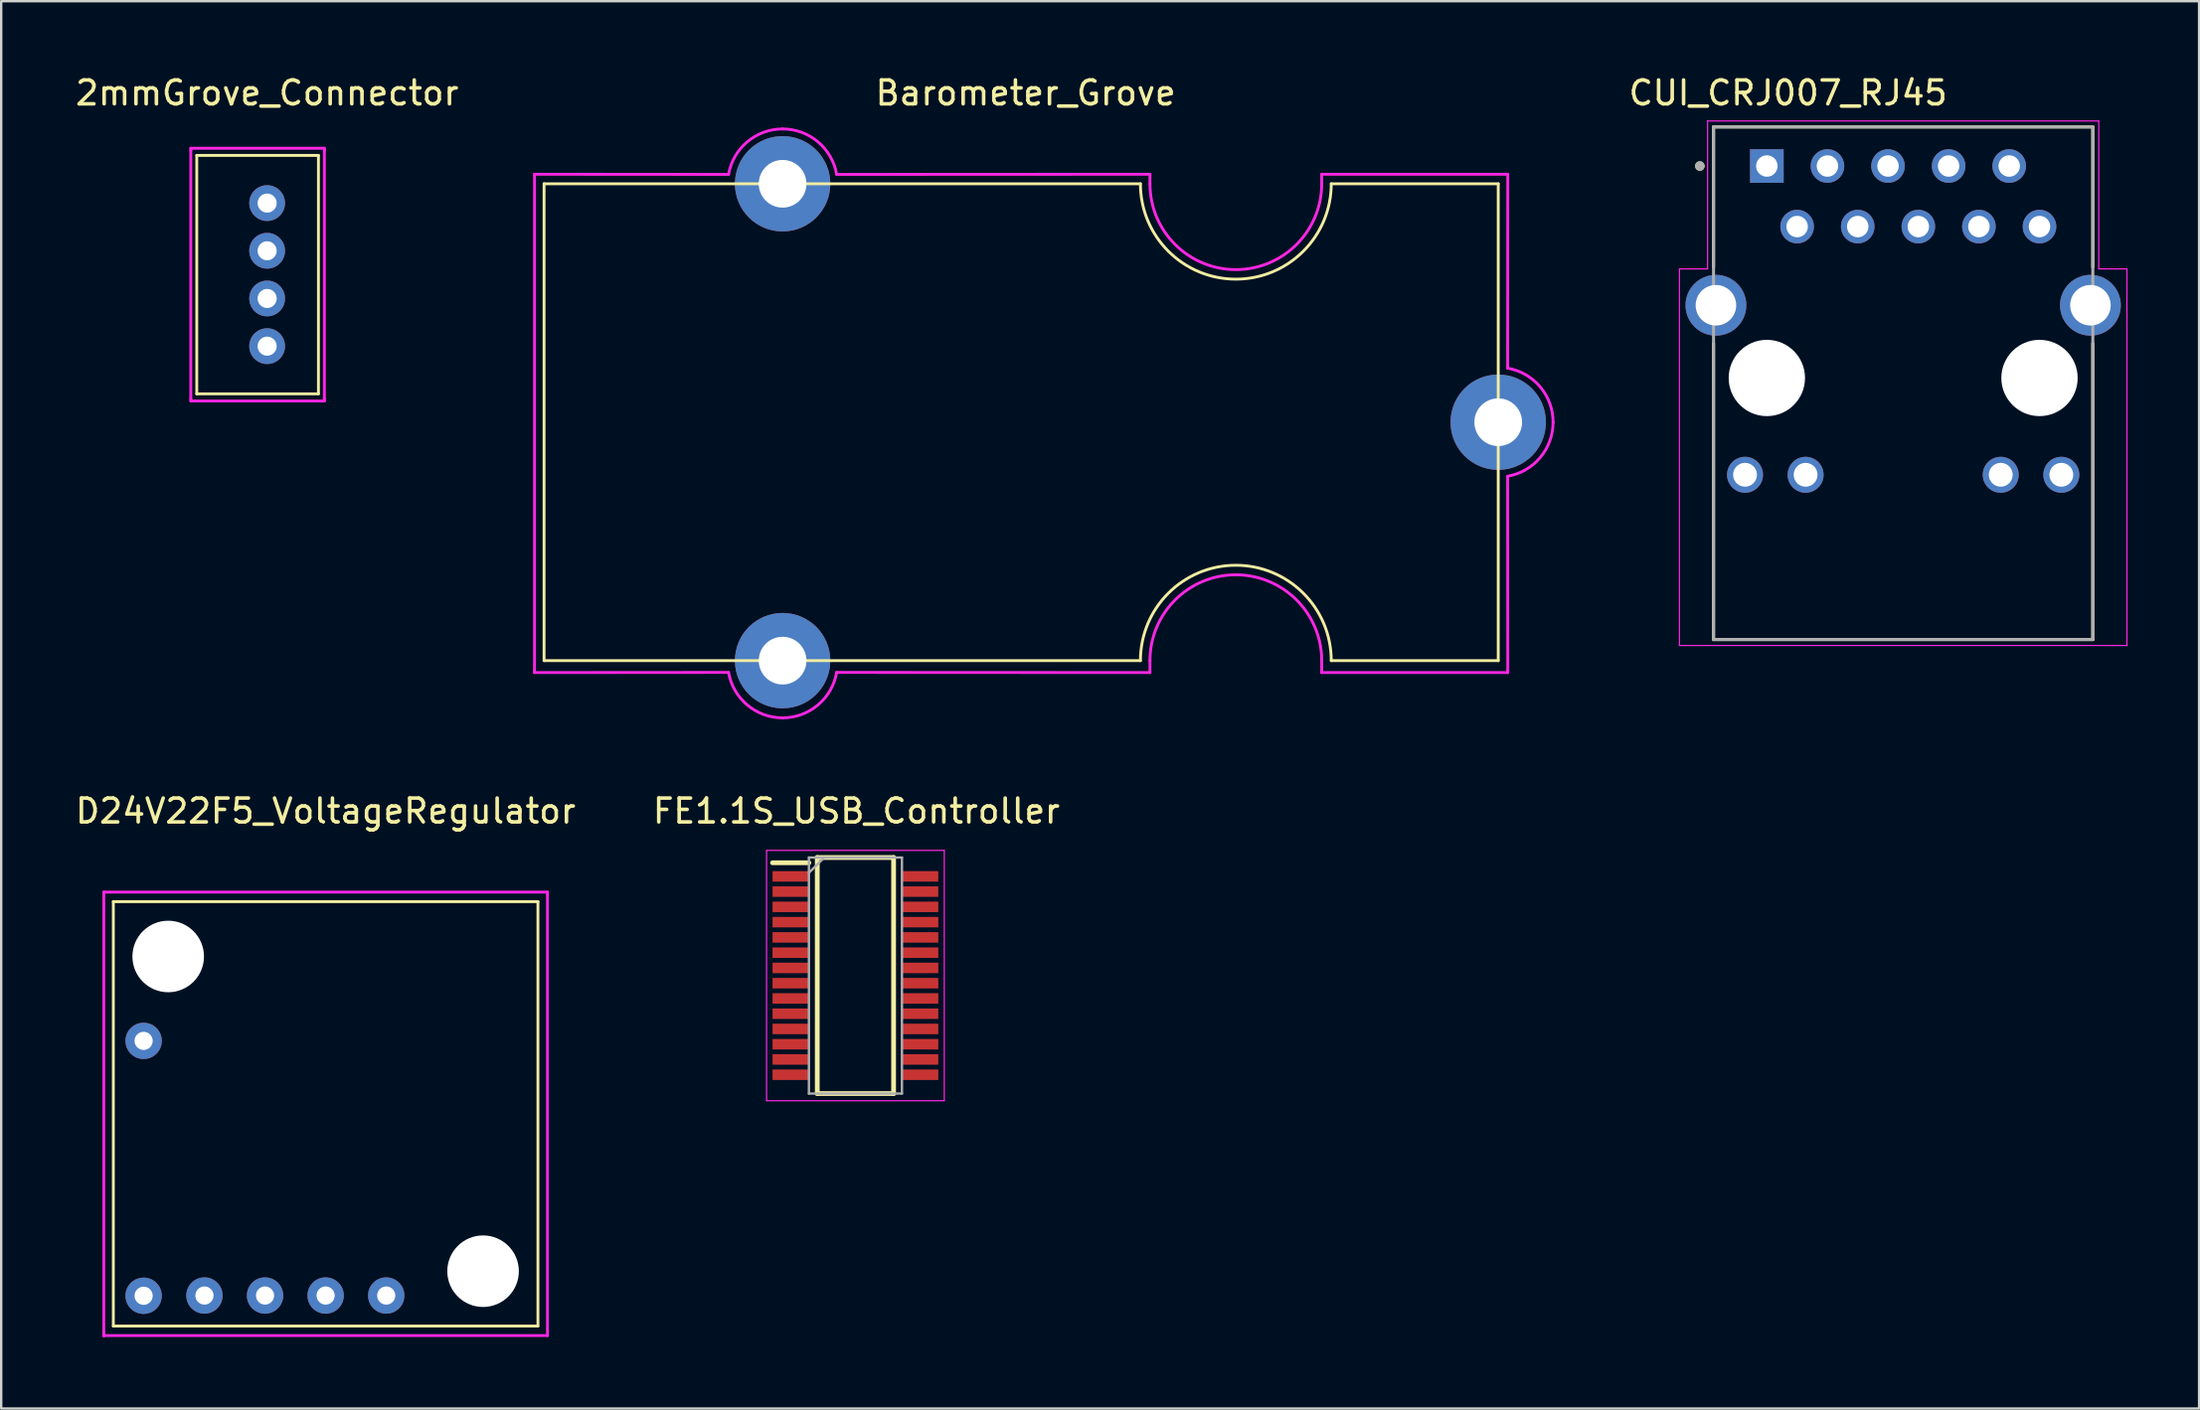
<source format=kicad_pcb>
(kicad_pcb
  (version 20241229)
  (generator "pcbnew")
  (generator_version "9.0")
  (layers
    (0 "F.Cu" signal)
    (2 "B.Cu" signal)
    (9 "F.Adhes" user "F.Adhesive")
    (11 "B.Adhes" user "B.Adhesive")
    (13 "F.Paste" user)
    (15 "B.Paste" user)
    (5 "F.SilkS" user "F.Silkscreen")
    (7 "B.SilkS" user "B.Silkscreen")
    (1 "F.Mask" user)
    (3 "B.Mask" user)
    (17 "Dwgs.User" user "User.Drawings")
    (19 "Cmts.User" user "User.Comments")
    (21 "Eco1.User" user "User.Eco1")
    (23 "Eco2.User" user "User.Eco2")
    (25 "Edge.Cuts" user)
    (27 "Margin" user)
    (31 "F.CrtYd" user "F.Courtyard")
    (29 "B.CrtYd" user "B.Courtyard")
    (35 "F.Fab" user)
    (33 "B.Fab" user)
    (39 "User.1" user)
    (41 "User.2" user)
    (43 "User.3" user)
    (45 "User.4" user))
  (footprint "FE1.1S_USB_Controller"
    (layer "F.Cu")
    (at 32.871 37.986)
    (property "Reference" "FE1.1S_USB_Controller" (at -0.02 -7.02 0) (layer "F.SilkS") (effects (font (size 1 1) (thickness 0.15))))
    (attr through_hole)
    (fp_line (start -3.535 -4.85) (end -2.01 -4.85) (stroke (width 0.2) (type solid)) (layer "F.SilkS"))
    (fp_line (start -1.66 -5.07) (end 1.54 -5.07) (stroke (width 0.2) (type solid)) (layer "F.SilkS"))
    (fp_line (start -1.66 4.83) (end -1.66 -5.07) (stroke (width 0.2) (type solid)) (layer "F.SilkS"))
    (fp_line (start 1.54 -5.07) (end 1.54 4.83) (stroke (width 0.2) (type solid)) (layer "F.SilkS"))
    (fp_line (start 1.54 4.83) (end -1.66 4.83) (stroke (width 0.2) (type solid)) (layer "F.SilkS"))
    (fp_line (start -3.785 -5.37) (end 3.665 -5.37) (stroke (width 0.05) (type solid)) (layer "F.CrtYd"))
    (fp_line (start -3.785 5.13) (end -3.785 -5.37) (stroke (width 0.05) (type solid)) (layer "F.CrtYd"))
    (fp_line (start 3.665 -5.37) (end 3.665 5.13) (stroke (width 0.05) (type solid)) (layer "F.CrtYd"))
    (fp_line (start 3.665 5.13) (end -3.785 5.13) (stroke (width 0.05) (type solid)) (layer "F.CrtYd"))
    (fp_line (start -2.01 -5.07) (end 1.89 -5.07) (stroke (width 0.1) (type solid)) (layer "F.Fab"))
    (fp_line (start -2.01 -4.43) (end -1.37 -5.07) (stroke (width 0.1) (type solid)) (layer "F.Fab"))
    (fp_line (start -2.01 4.83) (end -2.01 -5.07) (stroke (width 0.1) (type solid)) (layer "F.Fab"))
    (fp_line (start 1.89 -5.07) (end 1.89 4.83) (stroke (width 0.1) (type solid)) (layer "F.Fab"))
    (fp_line (start 1.89 4.83) (end -2.01 4.83) (stroke (width 0.1) (type solid)) (layer "F.Fab"))
    (pad "1" smd rect (at -2.772 -4.28 90) (size 0.44 1.525) (layers "F.Cu" "F.Mask" "F.Paste"))
    (pad "2" smd rect (at -2.772 -3.64 90) (size 0.44 1.525) (layers "F.Cu" "F.Mask" "F.Paste"))
    (pad "3" smd rect (at -2.772 -3 90) (size 0.44 1.525) (layers "F.Cu" "F.Mask" "F.Paste"))
    (pad "4" smd rect (at -2.772 -2.36 90) (size 0.44 1.525) (layers "F.Cu" "F.Mask" "F.Paste"))
    (pad "5" smd rect (at -2.772 -1.72 90) (size 0.44 1.525) (layers "F.Cu" "F.Mask" "F.Paste"))
    (pad "6" smd rect (at -2.772 -1.08 90) (size 0.44 1.525) (layers "F.Cu" "F.Mask" "F.Paste"))
    (pad "7" smd rect (at -2.772 -0.44 90) (size 0.44 1.525) (layers "F.Cu" "F.Mask" "F.Paste"))
    (pad "8" smd rect (at -2.772 0.2 90) (size 0.44 1.525) (layers "F.Cu" "F.Mask" "F.Paste"))
    (pad "9" smd rect (at -2.772 0.84 90) (size 0.44 1.525) (layers "F.Cu" "F.Mask" "F.Paste"))
    (pad "10" smd rect (at -2.772 1.48 90) (size 0.44 1.525) (layers "F.Cu" "F.Mask" "F.Paste"))
    (pad "11" smd rect (at -2.772 2.12 90) (size 0.44 1.525) (layers "F.Cu" "F.Mask" "F.Paste"))
    (pad "12" smd rect (at -2.772 2.76 90) (size 0.44 1.525) (layers "F.Cu" "F.Mask" "F.Paste"))
    (pad "13" smd rect (at -2.772 3.4 90) (size 0.44 1.525) (layers "F.Cu" "F.Mask" "F.Paste"))
    (pad "14" smd rect (at -2.772 4.04 90) (size 0.44 1.525) (layers "F.Cu" "F.Mask" "F.Paste"))
    (pad "15" smd rect (at 2.652 4.04 90) (size 0.44 1.525) (layers "F.Cu" "F.Mask" "F.Paste"))
    (pad "16" smd rect (at 2.652 3.4 90) (size 0.44 1.525) (layers "F.Cu" "F.Mask" "F.Paste"))
    (pad "17" smd rect (at 2.652 2.76 90) (size 0.44 1.525) (layers "F.Cu" "F.Mask" "F.Paste"))
    (pad "18" smd rect (at 2.652 2.12 90) (size 0.44 1.525) (layers "F.Cu" "F.Mask" "F.Paste"))
    (pad "19" smd rect (at 2.652 1.48 90) (size 0.44 1.525) (layers "F.Cu" "F.Mask" "F.Paste"))
    (pad "20" smd rect (at 2.652 0.84 90) (size 0.44 1.525) (layers "F.Cu" "F.Mask" "F.Paste"))
    (pad "21" smd rect (at 2.652 0.2 90) (size 0.44 1.525) (layers "F.Cu" "F.Mask" "F.Paste"))
    (pad "22" smd rect (at 2.652 -0.44 90) (size 0.44 1.525) (layers "F.Cu" "F.Mask" "F.Paste"))
    (pad "23" smd rect (at 2.652 -1.08 90) (size 0.44 1.525) (layers "F.Cu" "F.Mask" "F.Paste"))
    (pad "24" smd rect (at 2.652 -1.72 90) (size 0.44 1.525) (layers "F.Cu" "F.Mask" "F.Paste"))
    (pad "25" smd rect (at 2.652 -2.36 90) (size 0.44 1.525) (layers "F.Cu" "F.Mask" "F.Paste"))
    (pad "26" smd rect (at 2.652 -3 90) (size 0.44 1.525) (layers "F.Cu" "F.Mask" "F.Paste"))
    (pad "27" smd rect (at 2.652 -3.64 90) (size 0.44 1.525) (layers "F.Cu" "F.Mask" "F.Paste"))
    (pad "28" smd rect (at 2.652 -4.28 90) (size 0.44 1.525) (layers "F.Cu" "F.Mask" "F.Paste")))
  (footprint "D24V22F5_VoltageRegulator"
    (layer "F.Cu")
    (at 10.601 43.666)
    (property "Reference" "D24V22F5_VoltageRegulator" (at 0 -12.7 0) (layer "F.SilkS") (effects (font (size 1 1) (thickness 0.15))))
    (attr through_hole)
    (fp_line (start -8.9 8.9) (end -8.9 -8.9) (stroke (width 0.12) (type solid)) (layer "F.SilkS"))
    (fp_line (start 8.9 -8.9) (end -8.9 -8.9) (stroke (width 0.12) (type solid)) (layer "F.SilkS"))
    (fp_line (start 8.9 8.9) (end -8.9 8.9) (stroke (width 0.12) (type solid)) (layer "F.SilkS"))
    (fp_line (start 8.9 8.9) (end 8.9 -8.9) (stroke (width 0.12) (type solid)) (layer "F.SilkS"))
    (fp_line (start -9.3 -9.3) (end -9.3 -8.8) (stroke (width 0.12) (type solid)) (layer "F.CrtYd"))
    (fp_line (start -9.3 -8.8) (end -9.3 9.3) (stroke (width 0.12) (type solid)) (layer "F.CrtYd"))
    (fp_line (start -9.3 9.2) (end -9.3 9.3) (stroke (width 0.12) (type solid)) (layer "F.CrtYd"))
    (fp_line (start -9.3 9.2) (end -9.3 9.3) (stroke (width 0.12) (type solid)) (layer "F.CrtYd"))
    (fp_line (start -9.3 9.3) (end -9.3 9.2) (stroke (width 0.12) (type solid)) (layer "F.CrtYd"))
    (fp_line (start -9.3 9.3) (end -9.3 9.2) (stroke (width 0.12) (type solid)) (layer "F.CrtYd"))
    (fp_line (start -9.3 9.3) (end 9.3 9.3) (stroke (width 0.12) (type solid)) (layer "F.CrtYd"))
    (fp_line (start 9.3 -9.3) (end -9.3 -9.3) (stroke (width 0.12) (type solid)) (layer "F.CrtYd"))
    (fp_line (start 9.3 -9.2) (end 9.3 -9.3) (stroke (width 0.12) (type solid)) (layer "F.CrtYd"))
    (fp_line (start 9.3 9.3) (end 9.3 -9.2) (stroke (width 0.12) (type solid)) (layer "F.CrtYd"))
    (pad "" np_thru_hole circle (at -6.6 -6.6) (size 3 3) (drill 3) (layers "*.Cu" "*.Mask"))
    (pad "" np_thru_hole circle (at 6.6 6.6) (size 3 3) (drill 3) (layers "*.Cu" "*.Mask"))
    (pad "1" thru_hole circle (at -7.63 7.63) (size 1.524 1.524) (drill 0.762) (layers "*.Cu" "*.Mask"))
    (pad "2" thru_hole circle (at -5.08 7.62) (size 1.524 1.524) (drill 0.762) (layers "*.Cu" "*.Mask"))
    (pad "3" thru_hole circle (at -2.54 7.62) (size 1.524 1.524) (drill 0.762) (layers "*.Cu" "*.Mask"))
    (pad "4" thru_hole circle (at 0 7.62) (size 1.524 1.524) (drill 0.762) (layers "*.Cu" "*.Mask"))
    (pad "5" thru_hole circle (at 2.54 7.62) (size 1.524 1.524) (drill 0.762) (layers "*.Cu" "*.Mask"))
    (pad "6" thru_hole circle (at -7.63 -3.06) (size 1.524 1.524) (drill 0.762) (layers "*.Cu" "*.Mask")))
  (footprint "CUI_CRJ007_RJ45"
    (layer "F.Cu")
    (at 76.734 12.803)
    (property "Reference" "CUI_CRJ007_RJ45" (at -4.825 -11.955 0) (layer "F.SilkS") (effects (font (size 1 1) (thickness 0.15))))
    (attr through_hole)
    (fp_line (start -7.95 -10.53) (end 7.95 -10.53) (stroke (width 0.127) (type solid)) (layer "F.SilkS"))
    (fp_line (start -7.95 -4.65) (end -7.95 -10.53) (stroke (width 0.127) (type solid)) (layer "F.SilkS"))
    (fp_line (start -7.95 10.97) (end -7.95 -1.45) (stroke (width 0.127) (type solid)) (layer "F.SilkS"))
    (fp_line (start 7.95 -4.65) (end 7.95 -10.53) (stroke (width 0.127) (type solid)) (layer "F.SilkS"))
    (fp_line (start 7.95 10.97) (end -7.95 10.97) (stroke (width 0.127) (type solid)) (layer "F.SilkS"))
    (fp_line (start 7.95 10.97) (end 7.95 -1.45) (stroke (width 0.127) (type solid)) (layer "F.SilkS"))
    (fp_circle (center -8.525 -8.89) (end -8.425 -8.89) (stroke (width 0.2) (type solid)) (fill no) (layer "F.SilkS"))
    (fp_line (start -9.38 -4.575) (end -9.38 11.22) (stroke (width 0.05) (type solid)) (layer "F.CrtYd"))
    (fp_line (start -8.2 -10.78) (end 8.2 -10.78) (stroke (width 0.05) (type solid)) (layer "F.CrtYd"))
    (fp_line (start -8.2 -4.575) (end -9.38 -4.575) (stroke (width 0.05) (type solid)) (layer "F.CrtYd"))
    (fp_line (start -8.2 -4.575) (end -8.2 -10.78) (stroke (width 0.05) (type solid)) (layer "F.CrtYd"))
    (fp_line (start 8.2 -10.78) (end 8.2 -4.575) (stroke (width 0.05) (type solid)) (layer "F.CrtYd"))
    (fp_line (start 9.38 -4.575) (end 8.2 -4.575) (stroke (width 0.05) (type solid)) (layer "F.CrtYd"))
    (fp_line (start 9.38 -4.575) (end 9.38 11.22) (stroke (width 0.05) (type solid)) (layer "F.CrtYd"))
    (fp_line (start 9.38 11.22) (end -9.38 11.22) (stroke (width 0.05) (type solid)) (layer "F.CrtYd"))
    (fp_line (start -7.95 -10.53) (end 7.95 -10.53) (stroke (width 0.127) (type solid)) (layer "F.Fab"))
    (fp_line (start -7.95 10.97) (end -7.95 -10.53) (stroke (width 0.127) (type solid)) (layer "F.Fab"))
    (fp_line (start 7.95 -10.53) (end 7.95 10.97) (stroke (width 0.127) (type solid)) (layer "F.Fab"))
    (fp_line (start 7.95 10.97) (end -7.95 10.97) (stroke (width 0.127) (type solid)) (layer "F.Fab"))
    (fp_circle (center -8.525 -8.89) (end -8.425 -8.89) (stroke (width 0.2) (type solid)) (fill no) (layer "F.Fab"))
    (pad "" np_thru_hole circle (at -5.715 0) (size 3.2 3.2) (drill 3.2) (layers "*.Cu" "*.Mask"))
    (pad "" np_thru_hole circle (at 5.715 0) (size 3.2 3.2) (drill 3.2) (layers "*.Cu" "*.Mask"))
    (pad "1" thru_hole rect (at -5.715 -8.89) (size 1.408 1.408) (drill 0.9) (layers "*.Cu" "*.Mask"))
    (pad "2" thru_hole circle (at -4.445 -6.35) (size 1.408 1.408) (drill 0.9) (layers "*.Cu" "*.Mask"))
    (pad "3" thru_hole circle (at -3.175 -8.89) (size 1.408 1.408) (drill 0.9) (layers "*.Cu" "*.Mask"))
    (pad "4" thru_hole circle (at -1.905 -6.35) (size 1.408 1.408) (drill 0.9) (layers "*.Cu" "*.Mask"))
    (pad "5" thru_hole circle (at -0.635 -8.89) (size 1.408 1.408) (drill 0.9) (layers "*.Cu" "*.Mask"))
    (pad "6" thru_hole circle (at 0.635 -6.35) (size 1.408 1.408) (drill 0.9) (layers "*.Cu" "*.Mask"))
    (pad "7" thru_hole circle (at 1.905 -8.89) (size 1.408 1.408) (drill 0.9) (layers "*.Cu" "*.Mask"))
    (pad "8" thru_hole circle (at 3.175 -6.35) (size 1.408 1.408) (drill 0.9) (layers "*.Cu" "*.Mask"))
    (pad "9" thru_hole circle (at 4.445 -8.89) (size 1.408 1.408) (drill 0.9) (layers "*.Cu" "*.Mask"))
    (pad "10" thru_hole circle (at 5.715 -6.35) (size 1.408 1.408) (drill 0.9) (layers "*.Cu" "*.Mask"))
    (pad "11" thru_hole circle (at -6.63 4.06) (size 1.508 1.508) (drill 1) (layers "*.Cu" "*.Mask"))
    (pad "12" thru_hole circle (at -4.09 4.06) (size 1.508 1.508) (drill 1) (layers "*.Cu" "*.Mask"))
    (pad "13" thru_hole circle (at 4.09 4.06) (size 1.508 1.508) (drill 1) (layers "*.Cu" "*.Mask"))
    (pad "14" thru_hole circle (at 6.63 4.06) (size 1.508 1.508) (drill 1) (layers "*.Cu" "*.Mask"))
    (pad "S1" thru_hole circle (at 7.85 -3.05) (size 2.55 2.55) (drill 1.7) (layers "*.Cu" "*.Mask"))
    (pad "S2" thru_hole circle (at -7.85 -3.05) (size 2.55 2.55) (drill 1.7) (layers "*.Cu" "*.Mask")))
  (footprint "2mmGrove_Connector"
    (layer "F.Cu")
    (at 8.149 8.468)
    (property "Reference" "2mmGrove_Connector" (at 0 -7.62 0) (layer "F.SilkS") (effects (font (size 1 1) (thickness 0.15))))
    (attr through_hole)
    (fp_line (start -2.95 -5) (end -2.95 5) (stroke (width 0.12) (type solid)) (layer "F.SilkS"))
    (fp_line (start 2.15 -5) (end -2.95 -5) (stroke (width 0.12) (type solid)) (layer "F.SilkS"))
    (fp_line (start 2.15 -5) (end 2.15 5) (stroke (width 0.12) (type solid)) (layer "F.SilkS"))
    (fp_line (start 2.15 5) (end -2.95 5) (stroke (width 0.12) (type solid)) (layer "F.SilkS"))
    (fp_line (start -3.2 -5.3) (end 2.4 -5.3) (stroke (width 0.12) (type solid)) (layer "F.CrtYd"))
    (fp_line (start -3.2 -5.2) (end -3.2 -5.3) (stroke (width 0.12) (type solid)) (layer "F.CrtYd"))
    (fp_line (start -3.2 5.2) (end -3.2 -5.2) (stroke (width 0.12) (type solid)) (layer "F.CrtYd"))
    (fp_line (start -3.2 5.3) (end -3.2 5.2) (stroke (width 0.12) (type solid)) (layer "F.CrtYd"))
    (fp_line (start 2.4 -5.3) (end 2.4 -5.2) (stroke (width 0.12) (type solid)) (layer "F.CrtYd"))
    (fp_line (start 2.4 -5.2) (end 2.4 5.2) (stroke (width 0.12) (type solid)) (layer "F.CrtYd"))
    (fp_line (start 2.4 5.2) (end 2.4 5.3) (stroke (width 0.12) (type solid)) (layer "F.CrtYd"))
    (fp_line (start 2.4 5.3) (end -3.2 5.3) (stroke (width 0.12) (type solid)) (layer "F.CrtYd"))
    (pad "1" thru_hole circle (at 0 -3) (size 1.5 1.5) (drill 0.8) (layers "*.Cu" "*.Mask"))
    (pad "2" thru_hole circle (at 0 -1) (size 1.5 1.5) (drill 0.8) (layers "*.Cu" "*.Mask"))
    (pad "3" thru_hole circle (at 0 1) (size 1.5 1.5) (drill 0.8) (layers "*.Cu" "*.Mask"))
    (pad "4" thru_hole circle (at 0 3) (size 1.5 1.5) (drill 0.8) (layers "*.Cu" "*.Mask")))
  (footprint "Barometer_Grove"
    (layer "F.Cu")
    (at 59.758 4.658)
    (property "Reference" "Barometer_Grove" (at -19.812 -3.81 0) (layer "F.SilkS") (effects (font (size 1 1) (thickness 0.15))))
    (attr through_hole)
    (fp_line (start -40 0) (end -40 20) (stroke (width 0.12) (type solid)) (layer "F.SilkS"))
    (fp_line (start -15 0) (end -40 0) (stroke (width 0.12) (type solid)) (layer "F.SilkS"))
    (fp_line (start -15 20) (end -40 20) (stroke (width 0.12) (type solid)) (layer "F.SilkS"))
    (fp_line (start -7 0) (end 0 0) (stroke (width 0.12) (type solid)) (layer "F.SilkS"))
    (fp_line (start 0 0) (end 0 20) (stroke (width 0.12) (type solid)) (layer "F.SilkS"))
    (fp_line (start 0 20) (end -7 20) (stroke (width 0.12) (type solid)) (layer "F.SilkS"))
    (fp_arc (start -15 20) (mid -11 16) (end -7 20) (stroke (width 0.12) (type solid)) (layer "F.SilkS"))
    (fp_arc (start -7 0) (mid -11 4) (end -15 0) (stroke (width 0.12) (type solid)) (layer "F.SilkS"))
    (fp_line (start -40.4 -0.4) (end -40.4 20.4) (stroke (width 0.12) (type solid)) (layer "F.CrtYd"))
    (fp_line (start -40.4 20.5) (end -40.4 20.4) (stroke (width 0.12) (type solid)) (layer "F.CrtYd"))
    (fp_line (start -32.266 -0.394) (end -40.4 -0.4) (stroke (width 0.12) (type solid)) (layer "F.CrtYd"))
    (fp_line (start -32.266 20.494) (end -40.4 20.5) (stroke (width 0.12) (type solid)) (layer "F.CrtYd"))
    (fp_line (start -27.734 -0.394) (end -14.6 -0.4) (stroke (width 0.12) (type solid)) (layer "F.CrtYd"))
    (fp_line (start -27.734 20.494) (end -14.6 20.5) (stroke (width 0.12) (type solid)) (layer "F.CrtYd"))
    (fp_line (start -14.6 0) (end -14.6 -0.4) (stroke (width 0.12) (type solid)) (layer "F.CrtYd"))
    (fp_line (start -14.6 20.5) (end -14.6 20) (stroke (width 0.12) (type solid)) (layer "F.CrtYd"))
    (fp_line (start -7.4 -0.4) (end 0.4 -0.4) (stroke (width 0.12) (type solid)) (layer "F.CrtYd"))
    (fp_line (start -7.4 0) (end -7.4 -0.4) (stroke (width 0.12) (type solid)) (layer "F.CrtYd"))
    (fp_line (start -7.4 20.5) (end -7.4 20) (stroke (width 0.12) (type solid)) (layer "F.CrtYd"))
    (fp_line (start 0.394 12.266) (end 0.4 20.4) (stroke (width 0.12) (type solid)) (layer "F.CrtYd"))
    (fp_line (start 0.4 -0.4) (end 0.394 7.734) (stroke (width 0.12) (type solid)) (layer "F.CrtYd"))
    (fp_line (start 0.4 20.4) (end 0.4 20.5) (stroke (width 0.12) (type solid)) (layer "F.CrtYd"))
    (fp_line (start 0.4 20.5) (end -7.4 20.5) (stroke (width 0.12) (type solid)) (layer "F.CrtYd"))
    (fp_arc (start -32.265987 -0.394085) (mid -31.480474 -1.76017) (end -30 -2.3) (stroke (width 0.12) (type solid)) (layer "F.CrtYd"))
    (fp_arc (start -30 -2.3) (mid -28.519526 -1.76017) (end -27.734013 -0.394085) (stroke (width 0.12) (type solid)) (layer "F.CrtYd"))
    (fp_arc (start -30 22.4) (mid -31.480474 21.86017) (end -32.265987 20.494085) (stroke (width 0.12) (type solid)) (layer "F.CrtYd"))
    (fp_arc (start -27.734013 20.494085) (mid -28.519526 21.86017) (end -30 22.4) (stroke (width 0.12) (type solid)) (layer "F.CrtYd"))
    (fp_arc (start -14.6 20) (mid -11 16.4) (end -7.4 20) (stroke (width 0.12) (type solid)) (layer "F.CrtYd"))
    (fp_arc (start -7.4 0) (mid -11 3.6) (end -14.6 0) (stroke (width 0.12) (type solid)) (layer "F.CrtYd"))
    (fp_arc (start 0.394085 7.734013) (mid 1.76017 8.519526) (end 2.3 10) (stroke (width 0.12) (type solid)) (layer "F.CrtYd"))
    (fp_arc (start 2.3 10) (mid 1.76017 11.480474) (end 0.394085 12.265987) (stroke (width 0.12) (type solid)) (layer "F.CrtYd"))
    (pad "" thru_hole circle (at -30 0) (size 4 4) (drill 2) (layers "*.Cu" "*.Mask"))
    (pad "" thru_hole circle (at -30 20) (size 4 4) (drill 2) (layers "*.Cu" "*.Mask"))
    (pad "" thru_hole circle (at 0 10) (size 4 4) (drill 2) (layers "*.Cu" "*.Mask")))
  (gr_rect
    (start -3 -3)
    (end 89.139 56.026)
    (stroke (width 0.1) (type default))
    (fill no)
    (layer "Edge.Cuts")))
</source>
